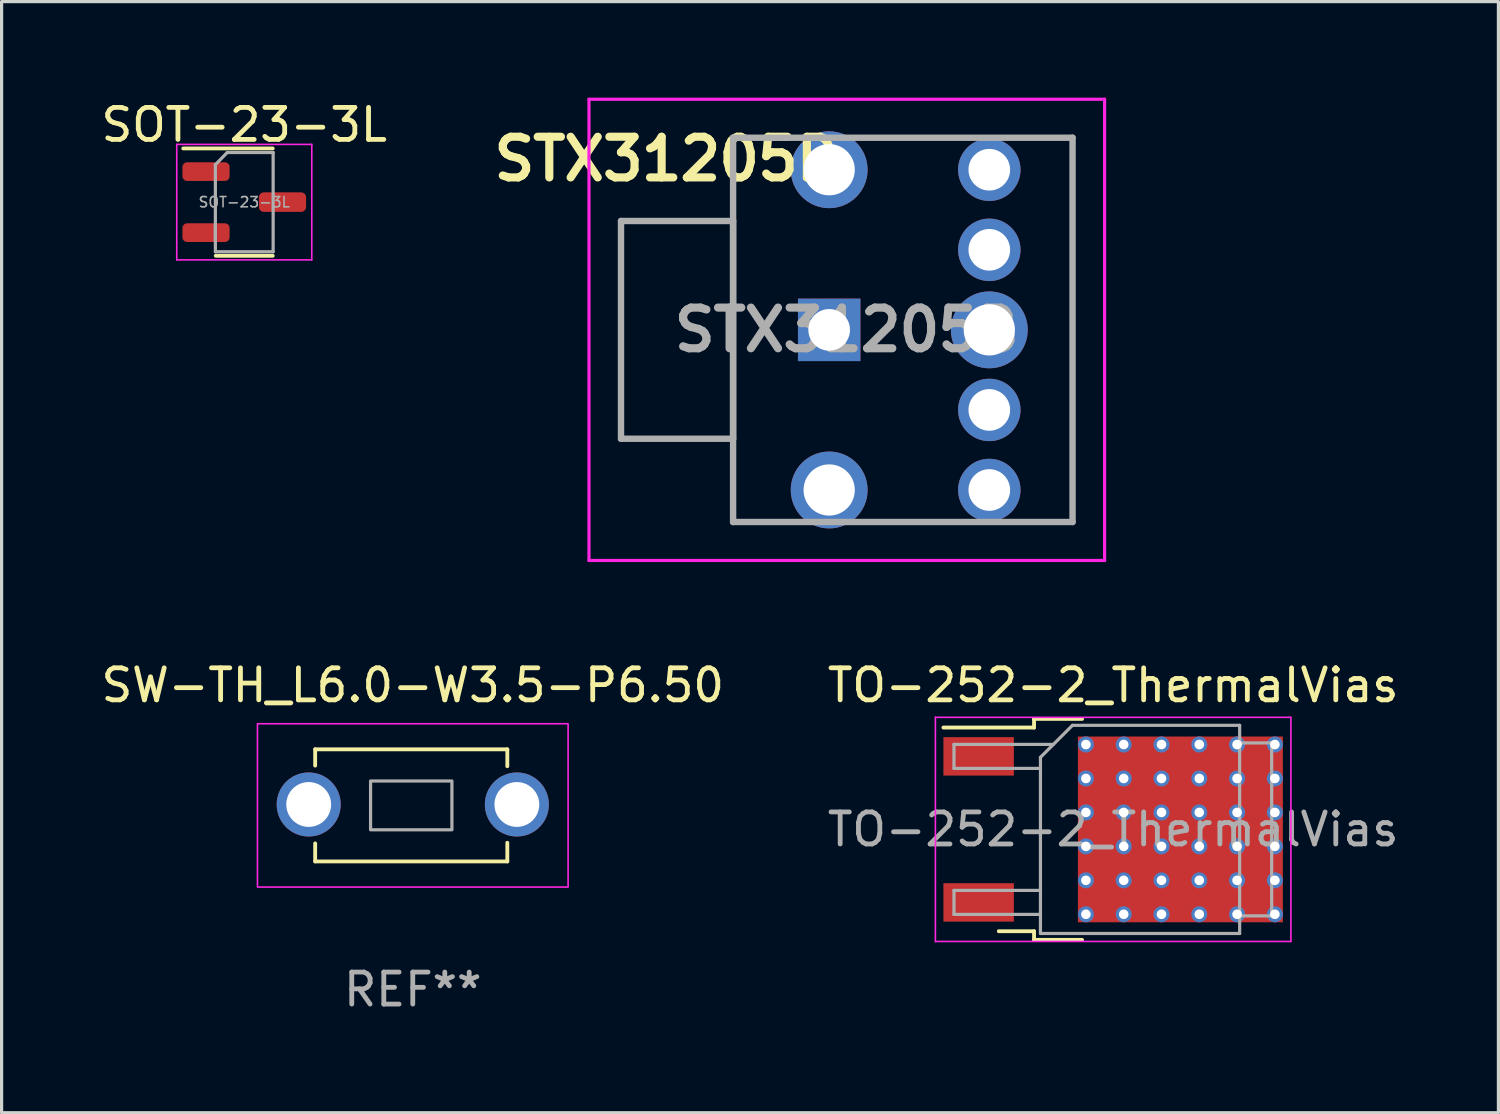
<source format=kicad_pcb>
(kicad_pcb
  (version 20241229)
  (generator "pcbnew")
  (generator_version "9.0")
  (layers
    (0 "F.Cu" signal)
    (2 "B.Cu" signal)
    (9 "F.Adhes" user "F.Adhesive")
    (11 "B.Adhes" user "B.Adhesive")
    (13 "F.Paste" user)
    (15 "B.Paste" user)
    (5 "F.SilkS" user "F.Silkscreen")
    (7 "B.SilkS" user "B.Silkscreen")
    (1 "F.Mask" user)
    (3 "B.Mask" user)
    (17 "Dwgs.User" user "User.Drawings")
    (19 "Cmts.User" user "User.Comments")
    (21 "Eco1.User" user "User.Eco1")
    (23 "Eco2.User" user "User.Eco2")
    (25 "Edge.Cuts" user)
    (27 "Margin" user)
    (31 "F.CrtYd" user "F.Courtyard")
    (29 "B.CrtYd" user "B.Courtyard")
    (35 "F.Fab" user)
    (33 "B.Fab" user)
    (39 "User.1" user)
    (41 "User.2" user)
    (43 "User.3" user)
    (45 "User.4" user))
  (footprint "SOT-23-3L"
    (layer "F.Cu")
    (at 4.577 3.261)
    (property "Reference" "SOT-23-3L" (at 0 -2.413 0) (layer "F.SilkS") (effects (font (size 1 1) (thickness 0.15))))
    (attr through_hole)
    (fp_line (start -0.889 1.676) (end 0.889 1.676) (stroke (width 0.12) (type solid)) (layer "F.SilkS"))
    (fp_line (start 0.889 -1.676) (end -1.905 -1.676) (stroke (width 0.12) (type solid)) (layer "F.SilkS"))
    (fp_line (start -2.108 -1.803) (end 2.108 -1.803) (stroke (width 0.05) (type solid)) (layer "F.CrtYd"))
    (fp_line (start -2.108 1.803) (end -2.108 -1.803) (stroke (width 0.05) (type solid)) (layer "F.CrtYd"))
    (fp_line (start 2.108 -1.803) (end 2.108 1.803) (stroke (width 0.05) (type solid)) (layer "F.CrtYd"))
    (fp_line (start 2.108 1.803) (end -2.108 1.803) (stroke (width 0.05) (type solid)) (layer "F.CrtYd"))
    (fp_line (start -0.902 -1.168) (end -0.902 1.549) (stroke (width 0.1) (type solid)) (layer "F.Fab"))
    (fp_line (start -0.902 -1.168) (end -0.533 -1.549) (stroke (width 0.1) (type solid)) (layer "F.Fab"))
    (fp_line (start -0.902 1.206) (end -0.902 0.699) (stroke (width 0.1) (type solid)) (layer "F.Fab"))
    (fp_line (start -0.902 1.549) (end 0.902 1.549) (stroke (width 0.1) (type solid)) (layer "F.Fab"))
    (fp_line (start 0.902 -1.549) (end -0.533 -1.549) (stroke (width 0.1) (type solid)) (layer "F.Fab"))
    (fp_line (start 0.902 1.549) (end 0.902 -1.549) (stroke (width 0.1) (type solid)) (layer "F.Fab"))
    (fp_text user "${REFERENCE}" (at -0.000001 0 0) (layer "F.Fab") (effects (font (size 0.32 0.32) (thickness 0.05))))
    (pad "1" smd roundrect (at -1.194 -0.953 270) (size 0.584 1.473) (layers "F.Cu" "F.Mask" "F.Paste") (roundrect_rratio 0.25))
    (pad "2" smd roundrect (at -1.194 0.953 270) (size 0.584 1.473) (layers "F.Cu" "F.Mask" "F.Paste") (roundrect_rratio 0.25))
    (pad "3" smd roundrect (at 1.194 0 270) (size 0.61 1.473) (layers "F.Cu" "F.Mask" "F.Paste") (roundrect_rratio 0.25)))
  (footprint "SW-TH_L6.0-W3.5-P6.50"
    (layer "F.Cu")
    (at 9.839 22.098)
    (property "Reference" "SW-TH_L6.0-W3.5-P6.50" (at 0 -3.75 0) (layer "F.SilkS") (effects (font (size 1 1) (thickness 0.15))))
    (attr through_hole)
    (fp_line (start -3.048 -1.75) (end -3.048 -1.242) (stroke (width 0.12) (type solid)) (layer "F.SilkS"))
    (fp_line (start -3.048 -1.75) (end 2.952 -1.75) (stroke (width 0.12) (type solid)) (layer "F.SilkS"))
    (fp_line (start -3.048 1.187) (end -3.048 1.75) (stroke (width 0.12) (type solid)) (layer "F.SilkS"))
    (fp_line (start 2.952 -1.75) (end 2.952 -1.222) (stroke (width 0.12) (type solid)) (layer "F.SilkS"))
    (fp_line (start 2.952 1.167) (end 2.952 1.75) (stroke (width 0.12) (type solid)) (layer "F.SilkS"))
    (fp_line (start 2.952 1.75) (end -3.048 1.75) (stroke (width 0.12) (type solid)) (layer "F.SilkS"))
    (fp_rect (start -4.85 -2.55) (end 4.85 2.55) (stroke (width 0.05) (type solid)) (fill no) (layer "F.CrtYd"))
    (fp_rect (start -1.318 -0.762) (end 1.222 0.762) (stroke (width 0.1) (type solid)) (fill no) (layer "F.Fab"))
    (fp_text user "REF**" (at 0 5.75 0) (layer "F.Fab") (effects (font (size 1 1) (thickness 0.15))))
    (pad "1" thru_hole circle (at -3.25 -0.028) (size 2 2) (drill 1.4) (layers "*.Cu" "*.Mask"))
    (pad "2" thru_hole circle (at 3.25 -0.028) (size 2 2) (drill 1.4) (layers "*.Cu" "*.Mask")))
  (footprint "STX31205B"
    (layer "F.Cu")
    (at 22.841 7.25)
    (property "Reference" "STX31205B" (at -5.08 -5.334 0) (layer "F.SilkS") (effects (font (size 1.27 1.27) (thickness 0.254))))
    (attr through_hole)
    (fp_line (start -6.5 -3.4) (end -3 -3.4) (stroke (width 0.1) (type solid)) (layer "F.SilkS"))
    (fp_line (start -6.5 3.4) (end -6.5 -3.4) (stroke (width 0.1) (type solid)) (layer "F.SilkS"))
    (fp_line (start -3 -6) (end -3 -6) (stroke (width 0.1) (type solid)) (layer "F.SilkS"))
    (fp_line (start -3 -6) (end -3 -6) (stroke (width 0.1) (type solid)) (layer "F.SilkS"))
    (fp_line (start -3 -6) (end -3 -3.4) (stroke (width 0.1) (type solid)) (layer "F.SilkS"))
    (fp_line (start -3 -6) (end -2 -6) (stroke (width 0.1) (type solid)) (layer "F.SilkS"))
    (fp_line (start -3 -3.4) (end -3 -6) (stroke (width 0.1) (type solid)) (layer "F.SilkS"))
    (fp_line (start -3 -3.4) (end -3 -3.4) (stroke (width 0.1) (type solid)) (layer "F.SilkS"))
    (fp_line (start -3 -3.4) (end -3 3.4) (stroke (width 0.1) (type solid)) (layer "F.SilkS"))
    (fp_line (start -3 3.4) (end -6.5 3.4) (stroke (width 0.1) (type solid)) (layer "F.SilkS"))
    (fp_line (start -3 3.4) (end -3 3.4) (stroke (width 0.1) (type solid)) (layer "F.SilkS"))
    (fp_line (start -3 3.4) (end -3 6) (stroke (width 0.1) (type solid)) (layer "F.SilkS"))
    (fp_line (start -3 6) (end -3 3.4) (stroke (width 0.1) (type solid)) (layer "F.SilkS"))
    (fp_line (start -3 6) (end -3 6) (stroke (width 0.1) (type solid)) (layer "F.SilkS"))
    (fp_line (start -3 6) (end -3 6) (stroke (width 0.1) (type solid)) (layer "F.SilkS"))
    (fp_line (start -3 6) (end -2 6) (stroke (width 0.1) (type solid)) (layer "F.SilkS"))
    (fp_line (start -2 -6) (end -3 -6) (stroke (width 0.1) (type solid)) (layer "F.SilkS"))
    (fp_line (start -2 -6) (end -2 -6) (stroke (width 0.1) (type solid)) (layer "F.SilkS"))
    (fp_line (start -2 6) (end -3 6) (stroke (width 0.1) (type solid)) (layer "F.SilkS"))
    (fp_line (start -2 6) (end -2 6) (stroke (width 0.1) (type solid)) (layer "F.SilkS"))
    (fp_line (start 7.6 -6) (end 7.6 -6) (stroke (width 0.1) (type solid)) (layer "F.SilkS"))
    (fp_line (start 7.6 -6) (end 7.6 6) (stroke (width 0.1) (type solid)) (layer "F.SilkS"))
    (fp_line (start 7.6 6) (end 7.6 -6) (stroke (width 0.1) (type solid)) (layer "F.SilkS"))
    (fp_line (start 7.6 6) (end 7.6 6) (stroke (width 0.1) (type solid)) (layer "F.SilkS"))
    (fp_line (start -7.5 -7.2) (end 8.6 -7.2) (stroke (width 0.1) (type solid)) (layer "F.CrtYd"))
    (fp_line (start -7.5 7.2) (end -7.5 -7.2) (stroke (width 0.1) (type solid)) (layer "F.CrtYd"))
    (fp_line (start 8.6 -7.2) (end 8.6 7.2) (stroke (width 0.1) (type solid)) (layer "F.CrtYd"))
    (fp_line (start 8.6 7.2) (end -7.5 7.2) (stroke (width 0.1) (type solid)) (layer "F.CrtYd"))
    (fp_line (start -6.5 -3.4) (end -6.5 3.4) (stroke (width 0.2) (type solid)) (layer "F.Fab"))
    (fp_line (start -6.5 3.4) (end -3 3.4) (stroke (width 0.2) (type solid)) (layer "F.Fab"))
    (fp_line (start -3 -6) (end -3 6) (stroke (width 0.2) (type solid)) (layer "F.Fab"))
    (fp_line (start -3 -3.4) (end -6.5 -3.4) (stroke (width 0.2) (type solid)) (layer "F.Fab"))
    (fp_line (start -3 3.4) (end -3 -3.4) (stroke (width 0.2) (type solid)) (layer "F.Fab"))
    (fp_line (start -3 6) (end 7.6 6) (stroke (width 0.2) (type solid)) (layer "F.Fab"))
    (fp_line (start 7.6 -6) (end -3 -6) (stroke (width 0.2) (type solid)) (layer "F.Fab"))
    (fp_line (start 7.6 6) (end 7.6 -6) (stroke (width 0.2) (type solid)) (layer "F.Fab"))
    (fp_text user "${REFERENCE}" (at 0.55 0 0) (layer "F.Fab") (effects (font (size 1.27 1.27) (thickness 0.254))))
    (pad "MH1" thru_hole circle (at 0 -5) (size 2.4 2.4) (drill 1.6) (layers "*.Cu" "*.Mask"))
    (pad "MH2" thru_hole circle (at 0 5) (size 2.4 2.4) (drill 1.6) (layers "*.Cu" "*.Mask"))
    (pad "MH3" thru_hole circle (at 5 0) (size 2.4 2.4) (drill 1.6) (layers "*.Cu" "*.Mask"))
    (pad "R" thru_hole circle (at 5 5) (size 1.95 1.95) (drill 1.3) (layers "*.Cu" "*.Mask"))
    (pad "RN" thru_hole circle (at 5 2.5) (size 1.95 1.95) (drill 1.3) (layers "*.Cu" "*.Mask"))
    (pad "S" thru_hole rect (at 0 0) (size 1.95 1.95) (drill 1.3) (layers "*.Cu" "*.Mask"))
    (pad "T" thru_hole circle (at 5 -5) (size 1.95 1.95) (drill 1.3) (layers "*.Cu" "*.Mask"))
    (pad "TN" thru_hole circle (at 5 -2.5) (size 1.95 1.95) (drill 1.3) (layers "*.Cu" "*.Mask")))
  (footprint "TO-252-2_ThermalVias"
    (layer "F.Cu")
    (at 31.708 22.848)
    (property "Reference" "TO-252-2_ThermalVias" (at 0 -4.5 0) (layer "F.SilkS") (effects (font (size 1 1) (thickness 0.15))))
    (attr smd)
    (fp_line (start -2.47 -3.45) (end -2.47 -3.18) (stroke (width 0.12) (type solid)) (layer "F.SilkS"))
    (fp_line (start -2.47 -3.18) (end -5.3 -3.18) (stroke (width 0.12) (type solid)) (layer "F.SilkS"))
    (fp_line (start -2.47 3.18) (end -3.57 3.18) (stroke (width 0.12) (type solid)) (layer "F.SilkS"))
    (fp_line (start -2.47 3.45) (end -2.47 3.18) (stroke (width 0.12) (type solid)) (layer "F.SilkS"))
    (fp_line (start -0.97 -3.45) (end -2.47 -3.45) (stroke (width 0.12) (type solid)) (layer "F.SilkS"))
    (fp_line (start -0.97 3.45) (end -2.47 3.45) (stroke (width 0.12) (type solid)) (layer "F.SilkS"))
    (fp_line (start -5.55 -3.5) (end -5.55 3.5) (stroke (width 0.05) (type solid)) (layer "F.CrtYd"))
    (fp_line (start -5.55 3.5) (end 5.55 3.5) (stroke (width 0.05) (type solid)) (layer "F.CrtYd"))
    (fp_line (start 5.55 -3.5) (end -5.55 -3.5) (stroke (width 0.05) (type solid)) (layer "F.CrtYd"))
    (fp_line (start 5.55 3.5) (end 5.55 -3.5) (stroke (width 0.05) (type solid)) (layer "F.CrtYd"))
    (fp_line (start -4.97 -2.655) (end -4.97 -1.905) (stroke (width 0.1) (type solid)) (layer "F.Fab"))
    (fp_line (start -4.97 -1.905) (end -2.27 -1.905) (stroke (width 0.1) (type solid)) (layer "F.Fab"))
    (fp_line (start -4.97 1.905) (end -4.97 2.655) (stroke (width 0.1) (type solid)) (layer "F.Fab"))
    (fp_line (start -4.97 2.655) (end -2.27 2.655) (stroke (width 0.1) (type solid)) (layer "F.Fab"))
    (fp_line (start -2.27 -2.25) (end -1.27 -3.25) (stroke (width 0.1) (type solid)) (layer "F.Fab"))
    (fp_line (start -2.27 1.905) (end -4.97 1.905) (stroke (width 0.1) (type solid)) (layer "F.Fab"))
    (fp_line (start -2.27 3.25) (end -2.27 -2.25) (stroke (width 0.1) (type solid)) (layer "F.Fab"))
    (fp_line (start -1.865 -2.655) (end -4.97 -2.655) (stroke (width 0.1) (type solid)) (layer "F.Fab"))
    (fp_line (start -1.27 -3.25) (end 3.95 -3.25) (stroke (width 0.1) (type solid)) (layer "F.Fab"))
    (fp_line (start 3.95 -3.25) (end 3.95 3.25) (stroke (width 0.1) (type solid)) (layer "F.Fab"))
    (fp_line (start 3.95 -2.7) (end 4.95 -2.7) (stroke (width 0.1) (type solid)) (layer "F.Fab"))
    (fp_line (start 3.95 3.25) (end -2.27 3.25) (stroke (width 0.1) (type solid)) (layer "F.Fab"))
    (fp_line (start 4.95 -2.7) (end 4.95 2.7) (stroke (width 0.1) (type solid)) (layer "F.Fab"))
    (fp_line (start 4.95 2.7) (end 3.95 2.7) (stroke (width 0.1) (type solid)) (layer "F.Fab"))
    (fp_text user "${REFERENCE}" (at 0 0 0) (layer "F.Fab") (effects (font (size 1 1) (thickness 0.15))))
    (pad "" smd roundrect (at -0.26 -2.12) (size 0.955 0.855) (layers "F.Paste") (roundrect_rratio 0.231))
    (pad "" smd roundrect (at -0.26 -1.06) (size 0.955 0.855) (layers "F.Paste") (roundrect_rratio 0.231))
    (pad "" smd roundrect (at -0.26 0) (size 0.955 0.855) (layers "F.Paste") (roundrect_rratio 0.231))
    (pad "" smd roundrect (at -0.26 1.06) (size 0.955 0.855) (layers "F.Paste") (roundrect_rratio 0.231))
    (pad "" smd roundrect (at -0.26 2.12) (size 0.955 0.855) (layers "F.Paste") (roundrect_rratio 0.231))
    (pad "" smd roundrect (at 0.92 -2.12) (size 0.955 0.855) (layers "F.Paste") (roundrect_rratio 0.231))
    (pad "" smd roundrect (at 0.92 -1.06) (size 0.955 0.855) (layers "F.Paste") (roundrect_rratio 0.231))
    (pad "" smd roundrect (at 0.92 0) (size 0.955 0.855) (layers "F.Paste") (roundrect_rratio 0.231))
    (pad "" smd roundrect (at 0.92 1.06) (size 0.955 0.855) (layers "F.Paste") (roundrect_rratio 0.231))
    (pad "" smd roundrect (at 0.92 2.12) (size 0.955 0.855) (layers "F.Paste") (roundrect_rratio 0.231))
    (pad "" smd roundrect (at 2.1 -2.12) (size 0.955 0.855) (layers "F.Paste") (roundrect_rratio 0.231))
    (pad "" smd roundrect (at 2.1 -1.06) (size 0.955 0.855) (layers "F.Paste") (roundrect_rratio 0.231))
    (pad "" smd roundrect (at 2.1 0) (size 0.955 0.855) (layers "F.Paste") (roundrect_rratio 0.231))
    (pad "" smd roundrect (at 2.1 1.06) (size 0.955 0.855) (layers "F.Paste") (roundrect_rratio 0.231))
    (pad "" smd roundrect (at 2.1 2.12) (size 0.955 0.855) (layers "F.Paste") (roundrect_rratio 0.231))
    (pad "" smd roundrect (at 3.28 -2.12) (size 0.955 0.855) (layers "F.Paste") (roundrect_rratio 0.231))
    (pad "" smd roundrect (at 3.28 -1.06) (size 0.955 0.855) (layers "F.Paste") (roundrect_rratio 0.231))
    (pad "" smd roundrect (at 3.28 0) (size 0.955 0.855) (layers "F.Paste") (roundrect_rratio 0.231))
    (pad "" smd roundrect (at 3.28 1.06) (size 0.955 0.855) (layers "F.Paste") (roundrect_rratio 0.231))
    (pad "" smd roundrect (at 3.28 2.12) (size 0.955 0.855) (layers "F.Paste") (roundrect_rratio 0.231))
    (pad "" smd roundrect (at 4.46 -2.12) (size 0.955 0.855) (layers "F.Paste") (roundrect_rratio 0.231))
    (pad "" smd roundrect (at 4.46 -1.06) (size 0.955 0.855) (layers "F.Paste") (roundrect_rratio 0.231))
    (pad "" smd roundrect (at 4.46 0) (size 0.955 0.855) (layers "F.Paste") (roundrect_rratio 0.231))
    (pad "" smd roundrect (at 4.46 1.06) (size 0.955 0.855) (layers "F.Paste") (roundrect_rratio 0.231))
    (pad "" smd roundrect (at 4.46 2.12) (size 0.955 0.855) (layers "F.Paste") (roundrect_rratio 0.231))
    (pad "1" smd rect (at -4.2 -2.28) (size 2.2 1.2) (layers "F.Cu" "F.Mask" "F.Paste"))
    (pad "2" thru_hole circle (at -0.85 -2.65) (size 0.5 0.5) (drill 0.3) (layers "*.Cu"))
    (pad "2" thru_hole circle (at -0.85 -1.59) (size 0.5 0.5) (drill 0.3) (layers "*.Cu"))
    (pad "2" thru_hole circle (at -0.85 -0.53) (size 0.5 0.5) (drill 0.3) (layers "*.Cu"))
    (pad "2" thru_hole circle (at -0.85 0.53) (size 0.5 0.5) (drill 0.3) (layers "*.Cu"))
    (pad "2" thru_hole circle (at -0.85 1.59) (size 0.5 0.5) (drill 0.3) (layers "*.Cu"))
    (pad "2" thru_hole circle (at -0.85 2.65) (size 0.5 0.5) (drill 0.3) (layers "*.Cu"))
    (pad "2" thru_hole circle (at 0.33 -2.65) (size 0.5 0.5) (drill 0.3) (layers "*.Cu"))
    (pad "2" thru_hole circle (at 0.33 -1.59) (size 0.5 0.5) (drill 0.3) (layers "*.Cu"))
    (pad "2" thru_hole circle (at 0.33 -0.53) (size 0.5 0.5) (drill 0.3) (layers "*.Cu"))
    (pad "2" thru_hole circle (at 0.33 0.53) (size 0.5 0.5) (drill 0.3) (layers "*.Cu"))
    (pad "2" thru_hole circle (at 0.33 1.59) (size 0.5 0.5) (drill 0.3) (layers "*.Cu"))
    (pad "2" thru_hole circle (at 0.33 2.65) (size 0.5 0.5) (drill 0.3) (layers "*.Cu"))
    (pad "2" thru_hole circle (at 1.51 -2.65) (size 0.5 0.5) (drill 0.3) (layers "*.Cu"))
    (pad "2" thru_hole circle (at 1.51 -1.59) (size 0.5 0.5) (drill 0.3) (layers "*.Cu"))
    (pad "2" thru_hole circle (at 1.51 -0.53) (size 0.5 0.5) (drill 0.3) (layers "*.Cu"))
    (pad "2" thru_hole circle (at 1.51 0.53) (size 0.5 0.5) (drill 0.3) (layers "*.Cu"))
    (pad "2" thru_hole circle (at 1.51 1.59) (size 0.5 0.5) (drill 0.3) (layers "*.Cu"))
    (pad "2" thru_hole circle (at 1.51 2.65) (size 0.5 0.5) (drill 0.3) (layers "*.Cu"))
    (pad "2" smd rect (at 2.1 0) (size 6.4 5.8) (layers "F.Cu" "F.Mask"))
    (pad "2" thru_hole circle (at 2.69 -2.65) (size 0.5 0.5) (drill 0.3) (layers "*.Cu"))
    (pad "2" thru_hole circle (at 2.69 -1.59) (size 0.5 0.5) (drill 0.3) (layers "*.Cu"))
    (pad "2" thru_hole circle (at 2.69 -0.53) (size 0.5 0.5) (drill 0.3) (layers "*.Cu"))
    (pad "2" thru_hole circle (at 2.69 0.53) (size 0.5 0.5) (drill 0.3) (layers "*.Cu"))
    (pad "2" thru_hole circle (at 2.69 1.59) (size 0.5 0.5) (drill 0.3) (layers "*.Cu"))
    (pad "2" thru_hole circle (at 2.69 2.65) (size 0.5 0.5) (drill 0.3) (layers "*.Cu"))
    (pad "2" thru_hole circle (at 3.87 -2.65) (size 0.5 0.5) (drill 0.3) (layers "*.Cu"))
    (pad "2" thru_hole circle (at 3.87 -1.59) (size 0.5 0.5) (drill 0.3) (layers "*.Cu"))
    (pad "2" thru_hole circle (at 3.87 -0.53) (size 0.5 0.5) (drill 0.3) (layers "*.Cu"))
    (pad "2" thru_hole circle (at 3.87 0.53) (size 0.5 0.5) (drill 0.3) (layers "*.Cu"))
    (pad "2" thru_hole circle (at 3.87 1.59) (size 0.5 0.5) (drill 0.3) (layers "*.Cu"))
    (pad "2" thru_hole circle (at 3.87 2.65) (size 0.5 0.5) (drill 0.3) (layers "*.Cu"))
    (pad "2" thru_hole circle (at 5.05 -2.65) (size 0.5 0.5) (drill 0.3) (layers "*.Cu"))
    (pad "2" thru_hole circle (at 5.05 -1.59) (size 0.5 0.5) (drill 0.3) (layers "*.Cu"))
    (pad "2" thru_hole circle (at 5.05 -0.53) (size 0.5 0.5) (drill 0.3) (layers "*.Cu"))
    (pad "2" thru_hole circle (at 5.05 0.53) (size 0.5 0.5) (drill 0.3) (layers "*.Cu"))
    (pad "2" thru_hole circle (at 5.05 1.59) (size 0.5 0.5) (drill 0.3) (layers "*.Cu"))
    (pad "2" thru_hole circle (at 5.05 2.65) (size 0.5 0.5) (drill 0.3) (layers "*.Cu"))
    (pad "3" smd rect (at -4.2 2.28) (size 2.2 1.2) (layers "F.Cu" "F.Mask" "F.Paste")))
  (gr_rect
    (start -3 -3)
    (end 43.738 31.696)
    (stroke (width 0.1) (type default))
    (fill no)
    (layer "Edge.Cuts")))
</source>
